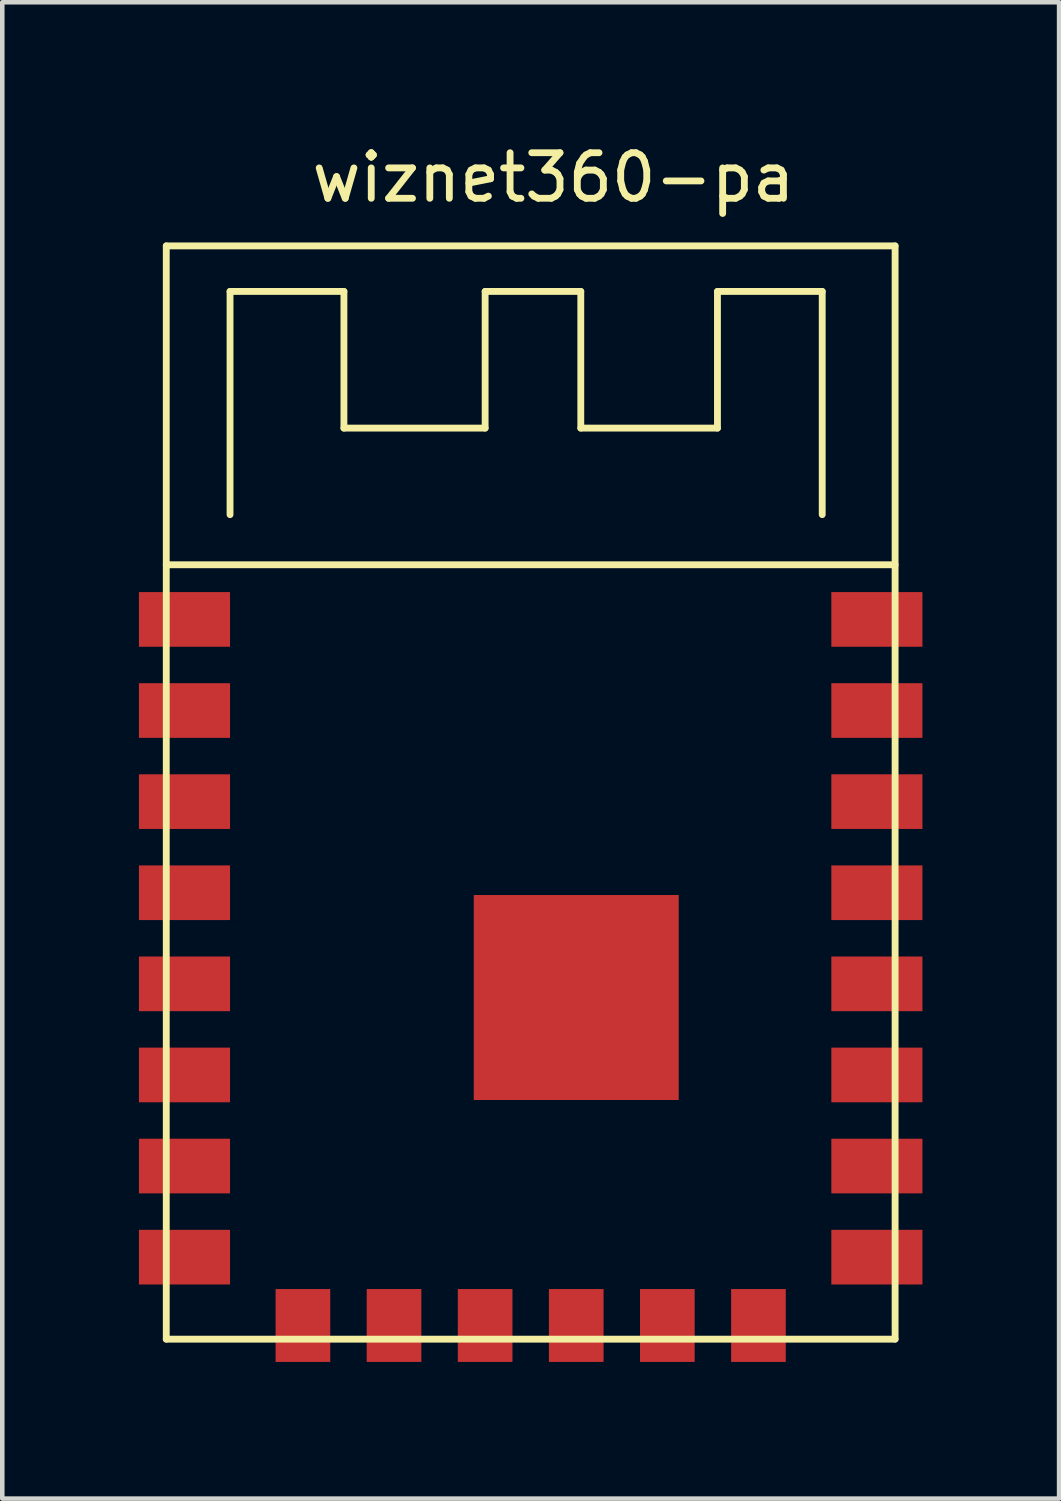
<source format=kicad_pcb>
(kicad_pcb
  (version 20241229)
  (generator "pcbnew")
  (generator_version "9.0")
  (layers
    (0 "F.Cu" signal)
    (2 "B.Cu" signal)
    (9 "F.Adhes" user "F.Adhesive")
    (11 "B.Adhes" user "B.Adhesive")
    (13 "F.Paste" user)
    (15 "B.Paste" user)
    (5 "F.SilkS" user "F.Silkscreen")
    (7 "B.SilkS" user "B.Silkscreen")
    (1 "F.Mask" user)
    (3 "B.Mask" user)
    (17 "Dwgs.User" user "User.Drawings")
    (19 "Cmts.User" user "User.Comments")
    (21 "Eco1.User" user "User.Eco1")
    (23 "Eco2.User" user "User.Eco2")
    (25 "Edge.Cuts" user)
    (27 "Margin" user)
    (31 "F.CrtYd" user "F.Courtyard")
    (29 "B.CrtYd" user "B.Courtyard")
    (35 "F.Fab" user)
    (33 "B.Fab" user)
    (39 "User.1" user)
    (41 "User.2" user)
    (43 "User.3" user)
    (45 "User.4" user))
  (footprint "wiznet360-pa"
    (layer "F.Cu")
    (at 1 10.548)
    (property "Reference" "wiznet360-pa" (at 8.1 -9.7 0) (layer "F.SilkS") (effects (font (size 1 1) (thickness 0.15))))
    (attr through_hole)
    (fp_line (start -0.4 -8.2) (end 15.6 -8.2) (stroke (width 0.15) (type solid)) (layer "F.SilkS"))
    (fp_line (start -0.4 -1.2) (end 15.6 -1.2) (stroke (width 0.15) (type solid)) (layer "F.SilkS"))
    (fp_line (start -0.4 15.8) (end -0.4 -8.2) (stroke (width 0.15) (type solid)) (layer "F.SilkS"))
    (fp_line (start 1 -7.2) (end 3.5 -7.2) (stroke (width 0.15) (type solid)) (layer "F.SilkS"))
    (fp_line (start 1 -2.3) (end 1 -7.2) (stroke (width 0.15) (type solid)) (layer "F.SilkS"))
    (fp_line (start 3.5 -7.2) (end 3.5 -4.2) (stroke (width 0.15) (type solid)) (layer "F.SilkS"))
    (fp_line (start 3.5 -4.2) (end 6.6 -4.2) (stroke (width 0.15) (type solid)) (layer "F.SilkS"))
    (fp_line (start 6.6 -7.2) (end 8.7 -7.2) (stroke (width 0.15) (type solid)) (layer "F.SilkS"))
    (fp_line (start 6.6 -4.2) (end 6.6 -7.2) (stroke (width 0.15) (type solid)) (layer "F.SilkS"))
    (fp_line (start 8.7 -7.2) (end 8.7 -4.2) (stroke (width 0.15) (type solid)) (layer "F.SilkS"))
    (fp_line (start 8.7 -4.2) (end 11.7 -4.2) (stroke (width 0.15) (type solid)) (layer "F.SilkS"))
    (fp_line (start 11.7 -7.2) (end 14 -7.2) (stroke (width 0.15) (type solid)) (layer "F.SilkS"))
    (fp_line (start 11.7 -4.2) (end 11.7 -7.2) (stroke (width 0.15) (type solid)) (layer "F.SilkS"))
    (fp_line (start 14 -7.2) (end 14 -2.3) (stroke (width 0.15) (type solid)) (layer "F.SilkS"))
    (fp_line (start 15.6 -8.2) (end 15.6 15.8) (stroke (width 0.15) (type solid)) (layer "F.SilkS"))
    (fp_line (start 15.6 15.8) (end -0.4 15.8) (stroke (width 0.15) (type solid)) (layer "F.SilkS"))
    (pad "" smd rect (at 8.6 8.3) (size 4.5 4.5) (layers "F.Cu" "F.Mask" "F.Paste"))
    (pad "1" smd rect (at 0 0) (size 2 1.2) (layers "F.Cu" "F.Mask" "F.Paste"))
    (pad "2" smd rect (at 0 2) (size 2 1.2) (layers "F.Cu" "F.Mask" "F.Paste"))
    (pad "3" smd rect (at 0 4) (size 2 1.2) (layers "F.Cu" "F.Mask" "F.Paste"))
    (pad "4" smd rect (at 0 6) (size 2 1.2) (layers "F.Cu" "F.Mask" "F.Paste"))
    (pad "5" smd rect (at 0 8) (size 2 1.2) (layers "F.Cu" "F.Mask" "F.Paste"))
    (pad "6" smd rect (at 0 10) (size 2 1.2) (layers "F.Cu" "F.Mask" "F.Paste"))
    (pad "7" smd rect (at 0 12) (size 2 1.2) (layers "F.Cu" "F.Mask" "F.Paste"))
    (pad "8" smd rect (at 0 14) (size 2 1.2) (layers "F.Cu" "F.Mask" "F.Paste"))
    (pad "9" smd rect (at 2.6 15.5) (size 1.2 1.6) (layers "F.Cu" "F.Mask" "F.Paste"))
    (pad "10" smd rect (at 4.6 15.5) (size 1.2 1.6) (layers "F.Cu" "F.Mask" "F.Paste"))
    (pad "11" smd rect (at 6.6 15.5) (size 1.2 1.6) (layers "F.Cu" "F.Mask" "F.Paste"))
    (pad "12" smd rect (at 8.6 15.5) (size 1.2 1.6) (layers "F.Cu" "F.Mask" "F.Paste"))
    (pad "13" smd rect (at 10.6 15.5) (size 1.2 1.6) (layers "F.Cu" "F.Mask" "F.Paste"))
    (pad "14" smd rect (at 12.6 15.5) (size 1.2 1.6) (layers "F.Cu" "F.Mask" "F.Paste"))
    (pad "15" smd rect (at 15.2 14) (size 2 1.2) (layers "F.Cu" "F.Mask" "F.Paste"))
    (pad "16" smd rect (at 15.2 12) (size 2 1.2) (layers "F.Cu" "F.Mask" "F.Paste"))
    (pad "17" smd rect (at 15.2 10) (size 2 1.2) (layers "F.Cu" "F.Mask" "F.Paste"))
    (pad "18" smd rect (at 15.2 8) (size 2 1.2) (layers "F.Cu" "F.Mask" "F.Paste"))
    (pad "19" smd rect (at 15.2 6) (size 2 1.2) (layers "F.Cu" "F.Mask" "F.Paste"))
    (pad "20" smd rect (at 15.2 4) (size 2 1.2) (layers "F.Cu" "F.Mask" "F.Paste"))
    (pad "21" smd rect (at 15.2 2) (size 2 1.2) (layers "F.Cu" "F.Mask" "F.Paste"))
    (pad "22" smd rect (at 15.2 0) (size 2 1.2) (layers "F.Cu" "F.Mask" "F.Paste")))
  (gr_rect
    (start -3 -3)
    (end 20.2 29.848)
    (stroke (width 0.1) (type default))
    (fill no)
    (layer "Edge.Cuts")))
</source>
